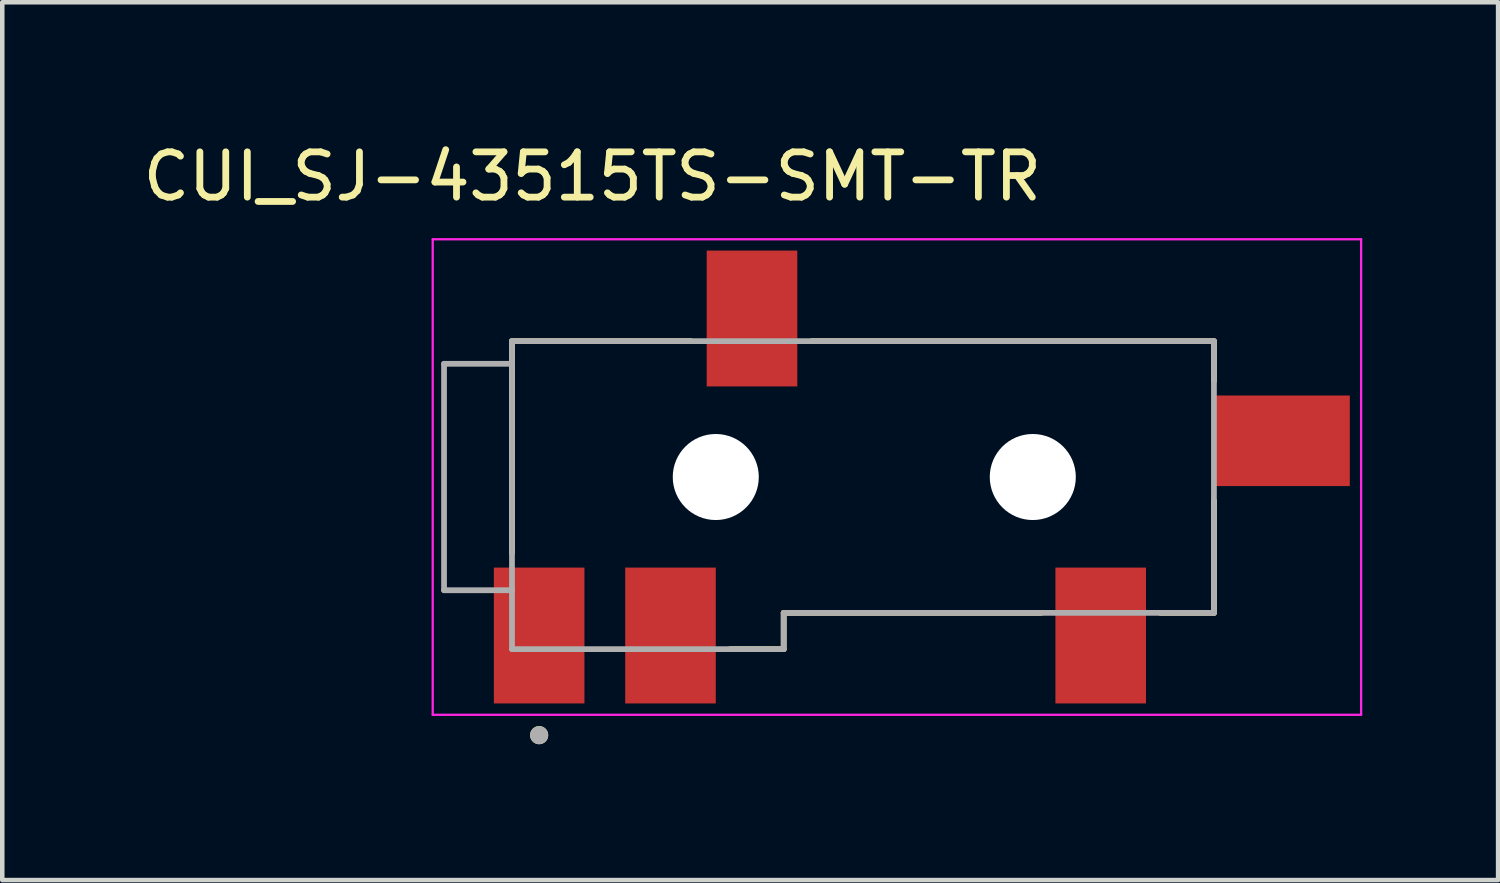
<source format=kicad_pcb>
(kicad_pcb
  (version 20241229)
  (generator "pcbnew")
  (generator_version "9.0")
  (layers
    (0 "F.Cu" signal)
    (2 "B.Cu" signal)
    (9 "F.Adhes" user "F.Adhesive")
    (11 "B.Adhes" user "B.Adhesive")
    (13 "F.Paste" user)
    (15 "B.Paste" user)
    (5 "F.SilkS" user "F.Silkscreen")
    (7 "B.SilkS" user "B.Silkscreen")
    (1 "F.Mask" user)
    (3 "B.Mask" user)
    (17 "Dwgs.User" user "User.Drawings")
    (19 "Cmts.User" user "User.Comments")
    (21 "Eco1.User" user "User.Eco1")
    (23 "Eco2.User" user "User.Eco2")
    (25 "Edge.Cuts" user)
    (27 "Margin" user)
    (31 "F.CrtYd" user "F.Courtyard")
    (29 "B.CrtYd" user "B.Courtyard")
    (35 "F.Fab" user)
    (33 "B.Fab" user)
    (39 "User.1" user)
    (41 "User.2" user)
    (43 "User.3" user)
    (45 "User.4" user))
  (footprint "CUI_SJ-43515TS-SMT-TR"
    (layer "F.Cu")
    (at 8.855 10.983)
    (property "Reference" "CUI_SJ-43515TS-SMT-TR" (at 1.175 -10.135 0) (layer "F.SilkS") (effects (font (size 1 1) (thickness 0.15))))
    (attr smd)
    (fp_line (start -0.6 -6.5) (end -0.6 -1.82) (stroke (width 0.127) (type solid)) (layer "F.SilkS"))
    (fp_line (start 3.35 -6.5) (end -0.6 -6.5) (stroke (width 0.127) (type solid)) (layer "F.SilkS"))
    (fp_line (start 4.22 0.3) (end 5.4 0.3) (stroke (width 0.127) (type solid)) (layer "F.SilkS"))
    (fp_line (start 5.4 -0.5) (end 11.08 -0.5) (stroke (width 0.127) (type solid)) (layer "F.SilkS"))
    (fp_line (start 5.4 0.3) (end 5.4 -0.5) (stroke (width 0.127) (type solid)) (layer "F.SilkS"))
    (fp_line (start 13.72 -0.5) (end 14.9 -0.5) (stroke (width 0.127) (type solid)) (layer "F.SilkS"))
    (fp_line (start 14.9 -6.5) (end 6.02 -6.5) (stroke (width 0.127) (type solid)) (layer "F.SilkS"))
    (fp_line (start 14.9 -5.62) (end 14.9 -6.5) (stroke (width 0.127) (type solid)) (layer "F.SilkS"))
    (fp_line (start 14.9 -0.5) (end 14.9 -2.98) (stroke (width 0.127) (type solid)) (layer "F.SilkS"))
    (fp_circle (center 0 2.2) (end 0.1 2.2) (stroke (width 0.2) (type solid)) (fill no) (layer "F.SilkS"))
    (fp_line (start -2.35 -8.75) (end -2.35 1.75) (stroke (width 0.05) (type solid)) (layer "F.CrtYd"))
    (fp_line (start -2.35 1.75) (end 18.15 1.75) (stroke (width 0.05) (type solid)) (layer "F.CrtYd"))
    (fp_line (start 18.15 -8.75) (end -2.35 -8.75) (stroke (width 0.05) (type solid)) (layer "F.CrtYd"))
    (fp_line (start 18.15 1.75) (end 18.15 -8.75) (stroke (width 0.05) (type solid)) (layer "F.CrtYd"))
    (fp_line (start -2.1 -6) (end -2.1 -1) (stroke (width 0.127) (type solid)) (layer "F.Fab"))
    (fp_line (start -2.1 -1) (end -0.6 -1) (stroke (width 0.127) (type solid)) (layer "F.Fab"))
    (fp_line (start -0.6 -6.5) (end -0.6 -6) (stroke (width 0.127) (type solid)) (layer "F.Fab"))
    (fp_line (start -0.6 -6) (end -2.1 -6) (stroke (width 0.127) (type solid)) (layer "F.Fab"))
    (fp_line (start -0.6 -6) (end -0.6 -1) (stroke (width 0.127) (type solid)) (layer "F.Fab"))
    (fp_line (start -0.6 -1) (end -0.6 0.3) (stroke (width 0.127) (type solid)) (layer "F.Fab"))
    (fp_line (start -0.6 0.3) (end 5.4 0.3) (stroke (width 0.127) (type solid)) (layer "F.Fab"))
    (fp_line (start 5.4 -0.5) (end 14.9 -0.5) (stroke (width 0.127) (type solid)) (layer "F.Fab"))
    (fp_line (start 5.4 0.3) (end 5.4 -0.5) (stroke (width 0.127) (type solid)) (layer "F.Fab"))
    (fp_line (start 14.9 -6.5) (end -0.6 -6.5) (stroke (width 0.127) (type solid)) (layer "F.Fab"))
    (fp_line (start 14.9 -0.5) (end 14.9 -6.5) (stroke (width 0.127) (type solid)) (layer "F.Fab"))
    (fp_circle (center 0 2.2) (end 0.1 2.2) (stroke (width 0.2) (type solid)) (fill no) (layer "F.Fab"))
    (pad "" np_thru_hole circle (at 3.9 -3.5) (size 1.9 1.9) (drill 1.9) (layers "*.Cu" "*.Mask"))
    (pad "" np_thru_hole circle (at 10.9 -3.5) (size 1.9 1.9) (drill 1.9) (layers "*.Cu" "*.Mask"))
    (pad "1" smd rect (at 0 0) (size 2 3) (layers "F.Cu" "F.Mask" "F.Paste"))
    (pad "2" smd rect (at 12.4 0) (size 2 3) (layers "F.Cu" "F.Mask" "F.Paste"))
    (pad "3" smd rect (at 4.7 -7) (size 2 3) (layers "F.Cu" "F.Mask" "F.Paste"))
    (pad "4" smd rect (at 2.9 0) (size 2 3) (layers "F.Cu" "F.Mask" "F.Paste"))
    (pad "5" smd rect (at 16.4 -4.3) (size 3 2) (layers "F.Cu" "F.Mask" "F.Paste")))
  (gr_rect
    (start -3 -3)
    (end 30.03 16.383)
    (stroke (width 0.1) (type default))
    (fill no)
    (layer "Edge.Cuts")))
</source>
